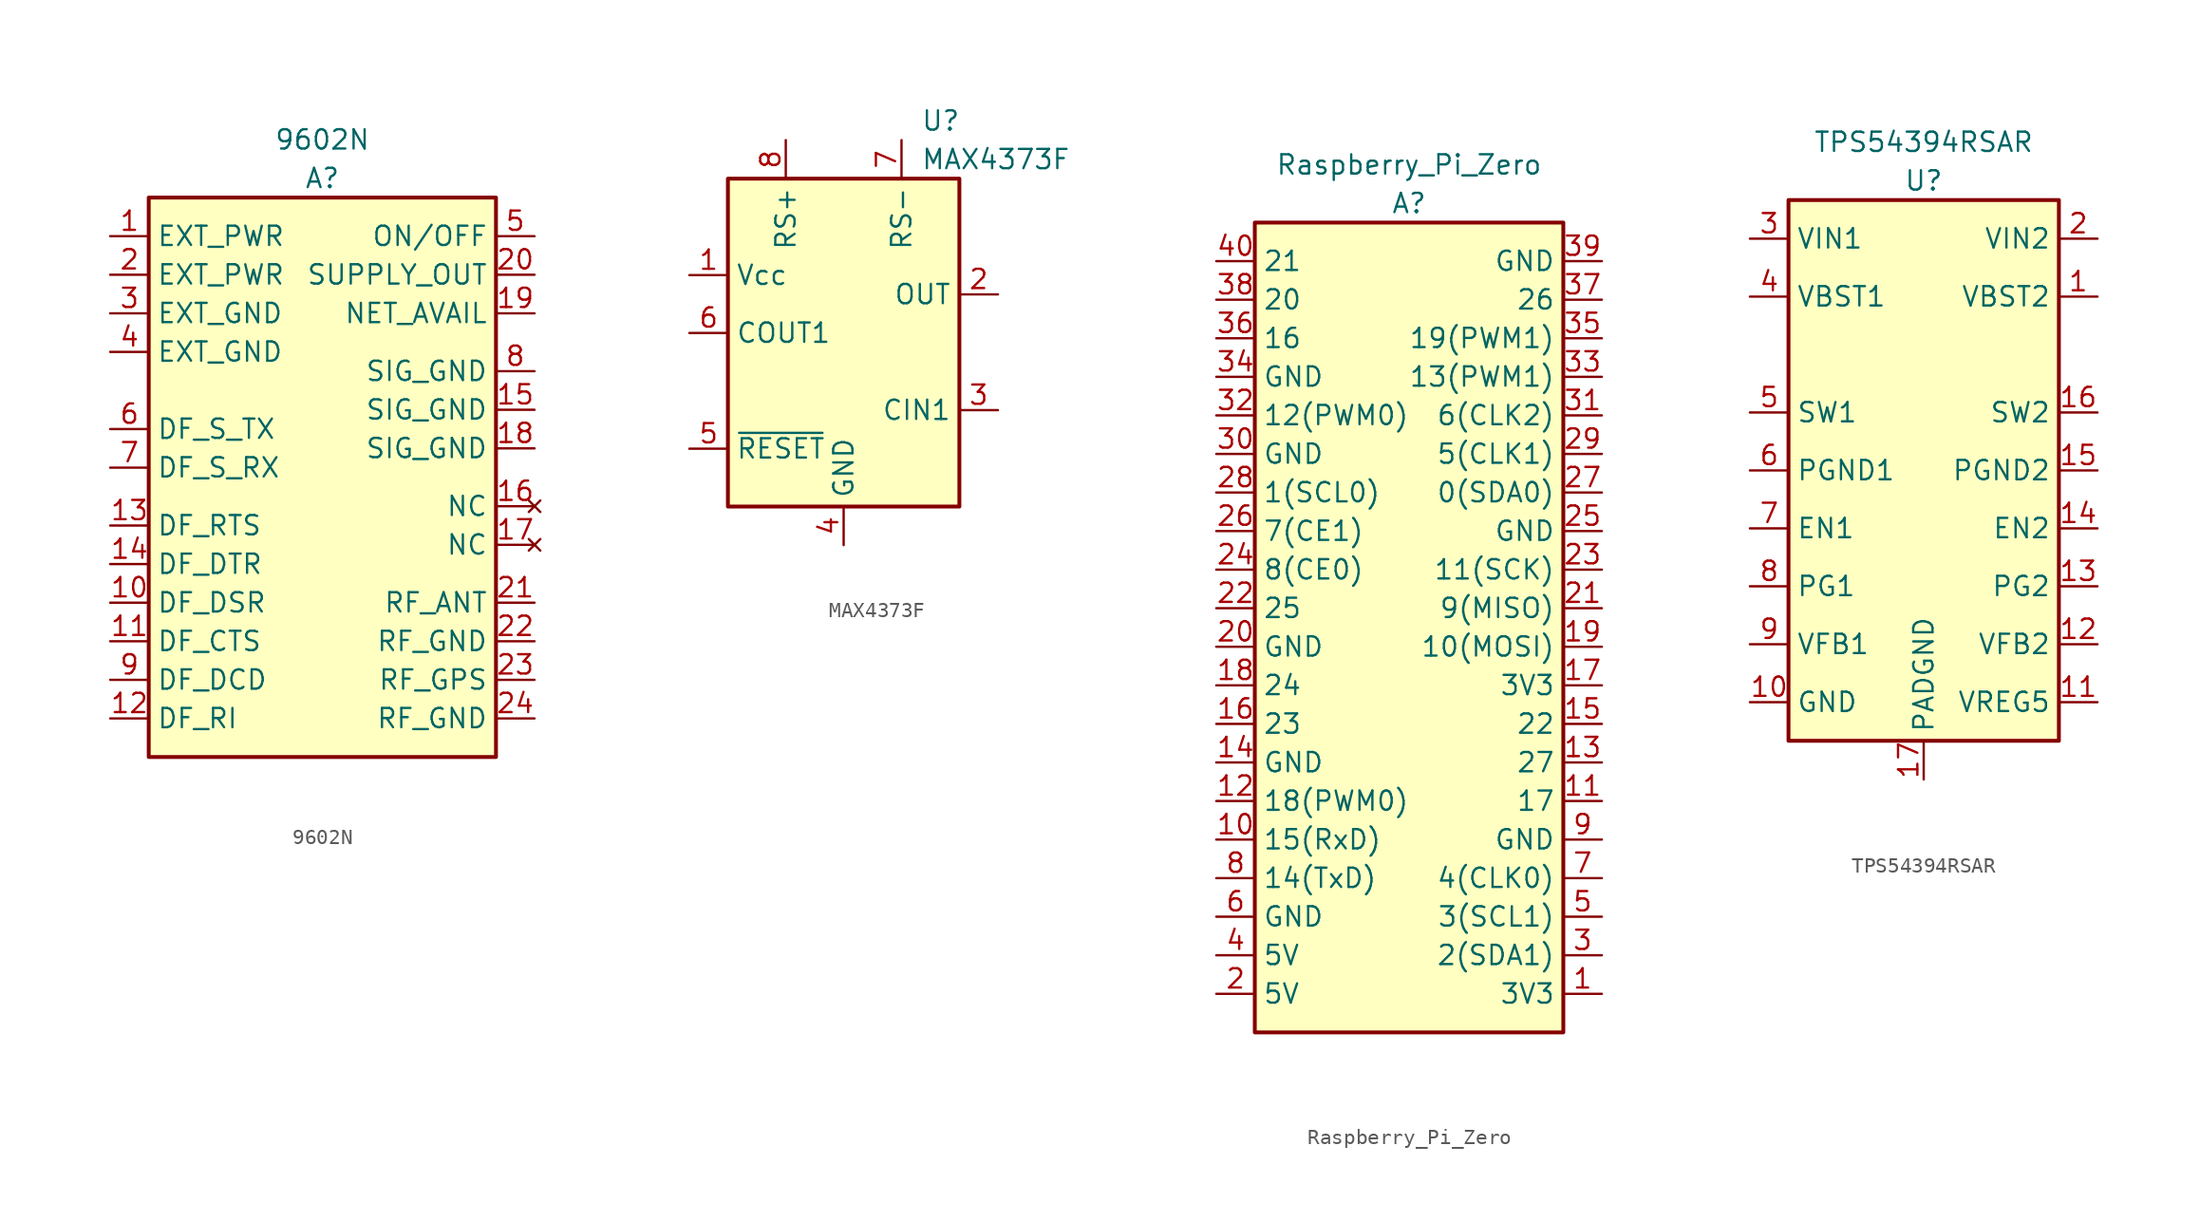
<source format=kicad_sym>
(kicad_symbol_lib
  (version 20211014)
  (generator kicad_symbol_editor)
  (symbol "9602N"
    (property "Reference" "A"
      (at 0 1.27 0)
      (effects (font (size 1.27 1.27))))
    (property "Value" "9602N"
      (at 0 3.81 0)
      (effects (font (size 1.27 1.27))))
    (symbol "9602N_0_1"
      (rectangle (start -11.43 0) (end 11.43 -36.83) (stroke (width 0.254) (type default) (color 0 0 0 0)) (fill (type background))))
    (symbol "9602N_1_1"
      (pin input line (at -13.97 -2.54 0) (length 2.54) (name "EXT_PWR" (effects (font (size 1.27 1.27)))) (number "1" (effects (font (size 1.27 1.27)))))
      (pin input line (at -13.97 -26.67 0) (length 2.54) (name "DF_DSR" (effects (font (size 1.27 1.27)))) (number "10" (effects (font (size 1.27 1.27)))))
      (pin input line (at -13.97 -29.21 0) (length 2.54) (name "DF_CTS" (effects (font (size 1.27 1.27)))) (number "11" (effects (font (size 1.27 1.27)))))
      (pin input line (at -13.97 -34.29 0) (length 2.54) (name "DF_RI" (effects (font (size 1.27 1.27)))) (number "12" (effects (font (size 1.27 1.27)))))
      (pin input line (at -13.97 -21.59 0) (length 2.54) (name "DF_RTS" (effects (font (size 1.27 1.27)))) (number "13" (effects (font (size 1.27 1.27)))))
      (pin input line (at -13.97 -24.13 0) (length 2.54) (name "DF_DTR" (effects (font (size 1.27 1.27)))) (number "14" (effects (font (size 1.27 1.27)))))
      (pin input line (at 13.97 -13.97 180) (length 2.54) (name "SIG_GND" (effects (font (size 1.27 1.27)))) (number "15" (effects (font (size 1.27 1.27)))))
      (pin no_connect line (at 13.97 -20.32 180) (length 2.54) (name "NC" (effects (font (size 1.27 1.27)))) (number "16" (effects (font (size 1.27 1.27)))))
      (pin no_connect line (at 13.97 -22.86 180) (length 2.54) (name "NC" (effects (font (size 1.27 1.27)))) (number "17" (effects (font (size 1.27 1.27)))))
      (pin input line (at 13.97 -16.51 180) (length 2.54) (name "SIG_GND" (effects (font (size 1.27 1.27)))) (number "18" (effects (font (size 1.27 1.27)))))
      (pin input line (at 13.97 -7.62 180) (length 2.54) (name "NET_AVAIL" (effects (font (size 1.27 1.27)))) (number "19" (effects (font (size 1.27 1.27)))))
      (pin input line (at -13.97 -5.08 0) (length 2.54) (name "EXT_PWR" (effects (font (size 1.27 1.27)))) (number "2" (effects (font (size 1.27 1.27)))))
      (pin input line (at 13.97 -5.08 180) (length 2.54) (name "SUPPLY_OUT" (effects (font (size 1.27 1.27)))) (number "20" (effects (font (size 1.27 1.27)))))
      (pin input line (at 13.97 -26.67 180) (length 2.54) (name "RF_ANT" (effects (font (size 1.27 1.27)))) (number "21" (effects (font (size 1.27 1.27)))))
      (pin input line (at 13.97 -29.21 180) (length 2.54) (name "RF_GND" (effects (font (size 1.27 1.27)))) (number "22" (effects (font (size 1.27 1.27)))))
      (pin input line (at 13.97 -31.75 180) (length 2.54) (name "RF_GPS" (effects (font (size 1.27 1.27)))) (number "23" (effects (font (size 1.27 1.27)))))
      (pin input line (at 13.97 -34.29 180) (length 2.54) (name "RF_GND" (effects (font (size 1.27 1.27)))) (number "24" (effects (font (size 1.27 1.27)))))
      (pin input line (at -13.97 -7.62 0) (length 2.54) (name "EXT_GND" (effects (font (size 1.27 1.27)))) (number "3" (effects (font (size 1.27 1.27)))))
      (pin input line (at -13.97 -10.16 0) (length 2.54) (name "EXT_GND" (effects (font (size 1.27 1.27)))) (number "4" (effects (font (size 1.27 1.27)))))
      (pin input line (at 13.97 -2.54 180) (length 2.54) (name "ON/OFF" (effects (font (size 1.27 1.27)))) (number "5" (effects (font (size 1.27 1.27)))))
      (pin input line (at -13.97 -15.24 0) (length 2.54) (name "DF_S_TX" (effects (font (size 1.27 1.27)))) (number "6" (effects (font (size 1.27 1.27)))))
      (pin input line (at -13.97 -17.78 0) (length 2.54) (name "DF_S_RX" (effects (font (size 1.27 1.27)))) (number "7" (effects (font (size 1.27 1.27)))))
      (pin input line (at 13.97 -11.43 180) (length 2.54) (name "SIG_GND" (effects (font (size 1.27 1.27)))) (number "8" (effects (font (size 1.27 1.27)))))
      (pin input line (at -13.97 -31.75 0) (length 2.54) (name "DF_DCD" (effects (font (size 1.27 1.27)))) (number "9" (effects (font (size 1.27 1.27)))))))
  (symbol "MAX4373F"
    (property "Reference" "U"
      (at 5.08 3.81 0)
      (effects (font (size 1.27 1.27)) (justify left)))
    (property "Value" "MAX4373F"
      (at 5.08 1.27 0)
      (effects (font (size 1.27 1.27)) (justify left)))
    (symbol "MAX4373F_0_1"
      (rectangle (start -7.62 0) (end 7.62 -21.59) (stroke (width 0.254) (type default) (color 0 0 0 0)) (fill (type background))))
    (symbol "MAX4373F_1_1"
      (pin input line (at -10.16 -6.35 0) (length 2.54) (name "Vcc" (effects (font (size 1.27 1.27)))) (number "1" (effects (font (size 1.27 1.27)))))
      (pin input line (at 10.16 -7.62 180) (length 2.54) (name "OUT" (effects (font (size 1.27 1.27)))) (number "2" (effects (font (size 1.27 1.27)))))
      (pin input line (at 10.16 -15.24 180) (length 2.54) (name "CIN1" (effects (font (size 1.27 1.27)))) (number "3" (effects (font (size 1.27 1.27)))))
      (pin input line (at 0 -24.13 90) (length 2.54) (name "GND" (effects (font (size 1.27 1.27)))) (number "4" (effects (font (size 1.27 1.27)))))
      (pin input line (at -10.16 -17.78 0) (length 2.54) (name "~{RESET}" (effects (font (size 1.27 1.27)))) (number "5" (effects (font (size 1.27 1.27)))))
      (pin input line (at -10.16 -10.16 0) (length 2.54) (name "COUT1" (effects (font (size 1.27 1.27)))) (number "6" (effects (font (size 1.27 1.27)))))
      (pin input line (at 3.81 2.54 270) (length 2.54) (name "RS-" (effects (font (size 1.27 1.27)))) (number "7" (effects (font (size 1.27 1.27)))))
      (pin input line (at -3.81 2.54 270) (length 2.54) (name "RS+" (effects (font (size 1.27 1.27)))) (number "8" (effects (font (size 1.27 1.27)))))))
  (symbol "Raspberry_Pi_Zero"
    (property "Reference" "A"
      (at 0 1.27 0)
      (effects (font (size 1.27 1.27))))
    (property "Value" "Raspberry_Pi_Zero"
      (at 0 3.81 0)
      (effects (font (size 1.27 1.27))))
    (symbol "Raspberry_Pi_Zero_0_1"
      (rectangle (start -10.16 0) (end 10.16 -53.34) (stroke (width 0.254) (type default) (color 0 0 0 0)) (fill (type background))))
    (symbol "Raspberry_Pi_Zero_1_1"
      (pin input line (at 12.7 -50.8 180) (length 2.54) (name "3V3" (effects (font (size 1.27 1.27)))) (number "1" (effects (font (size 1.27 1.27)))))
      (pin input line (at -12.7 -40.64 0) (length 2.54) (name "15(RxD)" (effects (font (size 1.27 1.27)))) (number "10" (effects (font (size 1.27 1.27)))))
      (pin input line (at 12.7 -38.1 180) (length 2.54) (name "17" (effects (font (size 1.27 1.27)))) (number "11" (effects (font (size 1.27 1.27)))))
      (pin input line (at -12.7 -38.1 0) (length 2.54) (name "18(PWM0)" (effects (font (size 1.27 1.27)))) (number "12" (effects (font (size 1.27 1.27)))))
      (pin input line (at 12.7 -35.56 180) (length 2.54) (name "27" (effects (font (size 1.27 1.27)))) (number "13" (effects (font (size 1.27 1.27)))))
      (pin input line (at -12.7 -35.56 0) (length 2.54) (name "GND" (effects (font (size 1.27 1.27)))) (number "14" (effects (font (size 1.27 1.27)))))
      (pin input line (at 12.7 -33.02 180) (length 2.54) (name "22" (effects (font (size 1.27 1.27)))) (number "15" (effects (font (size 1.27 1.27)))))
      (pin input line (at -12.7 -33.02 0) (length 2.54) (name "23" (effects (font (size 1.27 1.27)))) (number "16" (effects (font (size 1.27 1.27)))))
      (pin input line (at 12.7 -30.48 180) (length 2.54) (name "3V3" (effects (font (size 1.27 1.27)))) (number "17" (effects (font (size 1.27 1.27)))))
      (pin input line (at -12.7 -30.48 0) (length 2.54) (name "24" (effects (font (size 1.27 1.27)))) (number "18" (effects (font (size 1.27 1.27)))))
      (pin input line (at 12.7 -27.94 180) (length 2.54) (name "10(MOSI)" (effects (font (size 1.27 1.27)))) (number "19" (effects (font (size 1.27 1.27)))))
      (pin input line (at -12.7 -50.8 0) (length 2.54) (name "5V" (effects (font (size 1.27 1.27)))) (number "2" (effects (font (size 1.27 1.27)))))
      (pin input line (at -12.7 -27.94 0) (length 2.54) (name "GND" (effects (font (size 1.27 1.27)))) (number "20" (effects (font (size 1.27 1.27)))))
      (pin input line (at 12.7 -25.4 180) (length 2.54) (name "9(MISO)" (effects (font (size 1.27 1.27)))) (number "21" (effects (font (size 1.27 1.27)))))
      (pin input line (at -12.7 -25.4 0) (length 2.54) (name "25" (effects (font (size 1.27 1.27)))) (number "22" (effects (font (size 1.27 1.27)))))
      (pin input line (at 12.7 -22.86 180) (length 2.54) (name "11(SCK)" (effects (font (size 1.27 1.27)))) (number "23" (effects (font (size 1.27 1.27)))))
      (pin input line (at -12.7 -22.86 0) (length 2.54) (name "8(CE0)" (effects (font (size 1.27 1.27)))) (number "24" (effects (font (size 1.27 1.27)))))
      (pin input line (at 12.7 -20.32 180) (length 2.54) (name "GND" (effects (font (size 1.27 1.27)))) (number "25" (effects (font (size 1.27 1.27)))))
      (pin input line (at -12.7 -20.32 0) (length 2.54) (name "7(CE1)" (effects (font (size 1.27 1.27)))) (number "26" (effects (font (size 1.27 1.27)))))
      (pin input line (at 12.7 -17.78 180) (length 2.54) (name "0(SDA0)" (effects (font (size 1.27 1.27)))) (number "27" (effects (font (size 1.27 1.27)))))
      (pin input line (at -12.7 -17.78 0) (length 2.54) (name "1(SCL0)" (effects (font (size 1.27 1.27)))) (number "28" (effects (font (size 1.27 1.27)))))
      (pin input line (at 12.7 -15.24 180) (length 2.54) (name "5(CLK1)" (effects (font (size 1.27 1.27)))) (number "29" (effects (font (size 1.27 1.27)))))
      (pin input line (at 12.7 -48.26 180) (length 2.54) (name "2(SDA1)" (effects (font (size 1.27 1.27)))) (number "3" (effects (font (size 1.27 1.27)))))
      (pin input line (at -12.7 -15.24 0) (length 2.54) (name "GND" (effects (font (size 1.27 1.27)))) (number "30" (effects (font (size 1.27 1.27)))))
      (pin input line (at 12.7 -12.7 180) (length 2.54) (name "6(CLK2)" (effects (font (size 1.27 1.27)))) (number "31" (effects (font (size 1.27 1.27)))))
      (pin input line (at -12.7 -12.7 0) (length 2.54) (name "12(PWM0)" (effects (font (size 1.27 1.27)))) (number "32" (effects (font (size 1.27 1.27)))))
      (pin input line (at 12.7 -10.16 180) (length 2.54) (name "13(PWM1)" (effects (font (size 1.27 1.27)))) (number "33" (effects (font (size 1.27 1.27)))))
      (pin input line (at -12.7 -10.16 0) (length 2.54) (name "GND" (effects (font (size 1.27 1.27)))) (number "34" (effects (font (size 1.27 1.27)))))
      (pin input line (at 12.7 -7.62 180) (length 2.54) (name "19(PWM1)" (effects (font (size 1.27 1.27)))) (number "35" (effects (font (size 1.27 1.27)))))
      (pin input line (at -12.7 -7.62 0) (length 2.54) (name "16" (effects (font (size 1.27 1.27)))) (number "36" (effects (font (size 1.27 1.27)))))
      (pin input line (at 12.7 -5.08 180) (length 2.54) (name "26" (effects (font (size 1.27 1.27)))) (number "37" (effects (font (size 1.27 1.27)))))
      (pin input line (at -12.7 -5.08 0) (length 2.54) (name "20" (effects (font (size 1.27 1.27)))) (number "38" (effects (font (size 1.27 1.27)))))
      (pin input line (at 12.7 -2.54 180) (length 2.54) (name "GND" (effects (font (size 1.27 1.27)))) (number "39" (effects (font (size 1.27 1.27)))))
      (pin input line (at -12.7 -48.26 0) (length 2.54) (name "5V" (effects (font (size 1.27 1.27)))) (number "4" (effects (font (size 1.27 1.27)))))
      (pin input line (at -12.7 -2.54 0) (length 2.54) (name "21" (effects (font (size 1.27 1.27)))) (number "40" (effects (font (size 1.27 1.27)))))
      (pin input line (at 12.7 -45.72 180) (length 2.54) (name "3(SCL1)" (effects (font (size 1.27 1.27)))) (number "5" (effects (font (size 1.27 1.27)))))
      (pin input line (at -12.7 -45.72 0) (length 2.54) (name "GND" (effects (font (size 1.27 1.27)))) (number "6" (effects (font (size 1.27 1.27)))))
      (pin input line (at 12.7 -43.18 180) (length 2.54) (name "4(CLK0)" (effects (font (size 1.27 1.27)))) (number "7" (effects (font (size 1.27 1.27)))))
      (pin input line (at -12.7 -43.18 0) (length 2.54) (name "14(TxD)" (effects (font (size 1.27 1.27)))) (number "8" (effects (font (size 1.27 1.27)))))
      (pin input line (at 12.7 -40.64 180) (length 2.54) (name "GND" (effects (font (size 1.27 1.27)))) (number "9" (effects (font (size 1.27 1.27)))))))
  (symbol "TPS54394RSAR"
    (property "Reference" "U"
      (at 0 1.27 0)
      (effects (font (size 1.27 1.27))))
    (property "Value" "TPS54394RSAR"
      (at 0 3.81 0)
      (effects (font (size 1.27 1.27))))
    (symbol "TPS54394RSAR_0_1"
      (rectangle (start -8.89 0) (end 8.89 -35.56) (stroke (width 0.254) (type default) (color 0 0 0 0)) (fill (type background))))
    (symbol "TPS54394RSAR_1_1"
      (pin input line (at 11.43 -6.35 180) (length 2.54) (name "VBST2" (effects (font (size 1.27 1.27)))) (number "1" (effects (font (size 1.27 1.27)))))
      (pin input line (at -11.43 -33.02 0) (length 2.54) (name "GND" (effects (font (size 1.27 1.27)))) (number "10" (effects (font (size 1.27 1.27)))))
      (pin input line (at 11.43 -33.02 180) (length 2.54) (name "VREG5" (effects (font (size 1.27 1.27)))) (number "11" (effects (font (size 1.27 1.27)))))
      (pin input line (at 11.43 -29.21 180) (length 2.54) (name "VFB2" (effects (font (size 1.27 1.27)))) (number "12" (effects (font (size 1.27 1.27)))))
      (pin input line (at 11.43 -25.4 180) (length 2.54) (name "PG2" (effects (font (size 1.27 1.27)))) (number "13" (effects (font (size 1.27 1.27)))))
      (pin input line (at 11.43 -21.59 180) (length 2.54) (name "EN2" (effects (font (size 1.27 1.27)))) (number "14" (effects (font (size 1.27 1.27)))))
      (pin input line (at 11.43 -17.78 180) (length 2.54) (name "PGND2" (effects (font (size 1.27 1.27)))) (number "15" (effects (font (size 1.27 1.27)))))
      (pin input line (at 11.43 -13.97 180) (length 2.54) (name "SW2" (effects (font (size 1.27 1.27)))) (number "16" (effects (font (size 1.27 1.27)))))
      (pin input line (at 0 -38.1 90) (length 2.54) (name "PADGND" (effects (font (size 1.27 1.27)))) (number "17" (effects (font (size 1.27 1.27)))))
      (pin input line (at 11.43 -2.54 180) (length 2.54) (name "VIN2" (effects (font (size 1.27 1.27)))) (number "2" (effects (font (size 1.27 1.27)))))
      (pin input line (at -11.43 -2.54 0) (length 2.54) (name "VIN1" (effects (font (size 1.27 1.27)))) (number "3" (effects (font (size 1.27 1.27)))))
      (pin input line (at -11.43 -6.35 0) (length 2.54) (name "VBST1" (effects (font (size 1.27 1.27)))) (number "4" (effects (font (size 1.27 1.27)))))
      (pin input line (at -11.43 -13.97 0) (length 2.54) (name "SW1" (effects (font (size 1.27 1.27)))) (number "5" (effects (font (size 1.27 1.27)))))
      (pin input line (at -11.43 -17.78 0) (length 2.54) (name "PGND1" (effects (font (size 1.27 1.27)))) (number "6" (effects (font (size 1.27 1.27)))))
      (pin input line (at -11.43 -21.59 0) (length 2.54) (name "EN1" (effects (font (size 1.27 1.27)))) (number "7" (effects (font (size 1.27 1.27)))))
      (pin input line (at -11.43 -25.4 0) (length 2.54) (name "PG1" (effects (font (size 1.27 1.27)))) (number "8" (effects (font (size 1.27 1.27)))))
      (pin input line (at -11.43 -29.21 0) (length 2.54) (name "VFB1" (effects (font (size 1.27 1.27)))) (number "9" (effects (font (size 1.27 1.27))))))))
</source>
